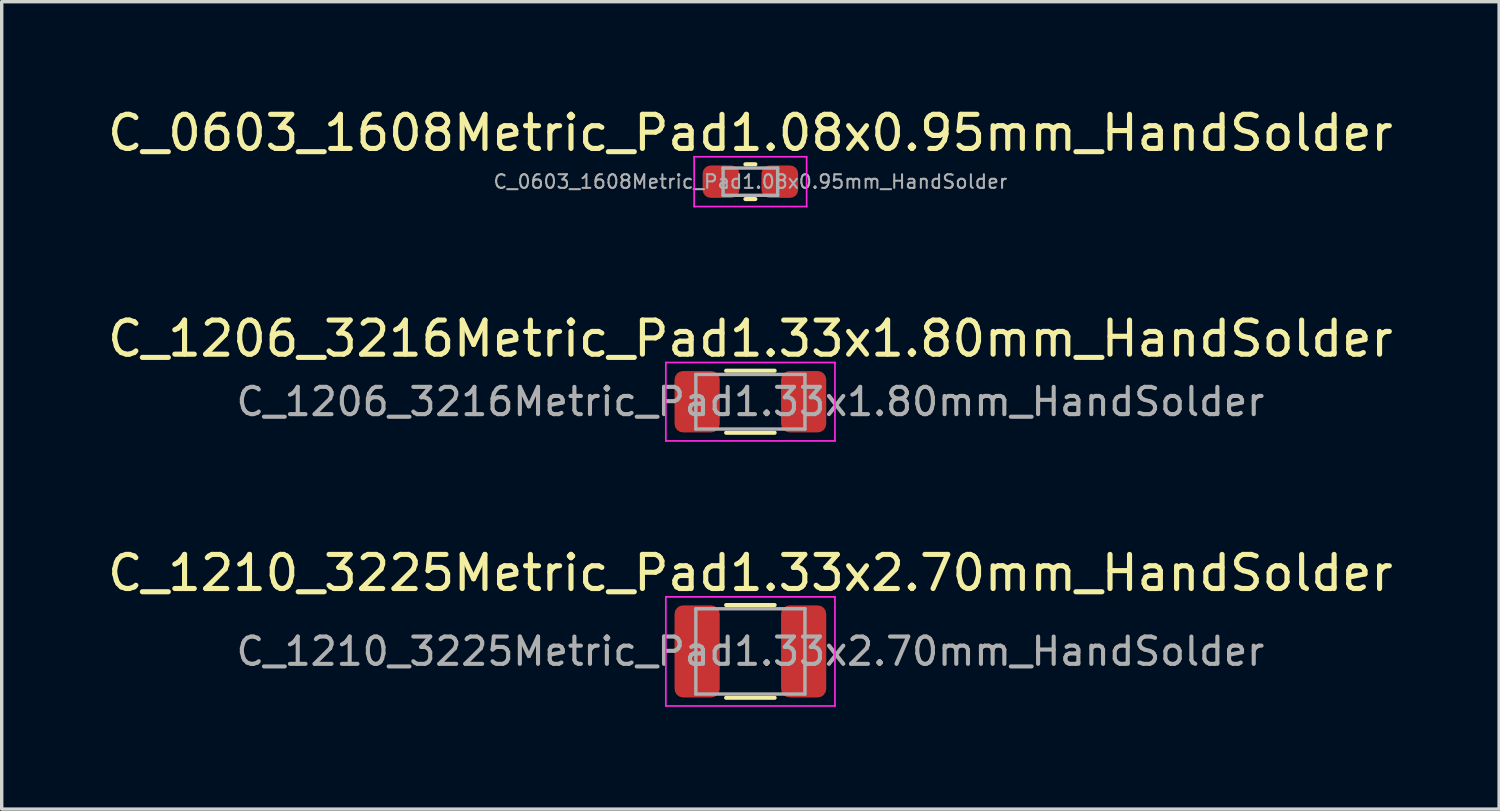
<source format=kicad_pcb>
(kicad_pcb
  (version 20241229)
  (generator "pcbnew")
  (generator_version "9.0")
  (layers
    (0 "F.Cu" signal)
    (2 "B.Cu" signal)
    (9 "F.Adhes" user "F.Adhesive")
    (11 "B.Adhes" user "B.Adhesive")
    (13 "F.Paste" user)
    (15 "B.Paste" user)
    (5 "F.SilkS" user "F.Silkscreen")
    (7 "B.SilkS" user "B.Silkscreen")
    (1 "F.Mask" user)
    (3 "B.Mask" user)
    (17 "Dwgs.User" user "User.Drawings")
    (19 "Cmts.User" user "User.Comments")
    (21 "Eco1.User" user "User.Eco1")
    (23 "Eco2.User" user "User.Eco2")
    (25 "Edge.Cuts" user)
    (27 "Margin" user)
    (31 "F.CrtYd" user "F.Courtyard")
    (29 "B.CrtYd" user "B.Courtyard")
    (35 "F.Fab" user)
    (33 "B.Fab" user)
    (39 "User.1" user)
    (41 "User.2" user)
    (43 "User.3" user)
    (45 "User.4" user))
  (footprint "C_0603_1608Metric_Pad1.08x0.95mm_HandSolder"
    (layer "F.Cu")
    (at 18.958 2.278)
    (property "Reference" "C_0603_1608Metric_Pad1.08x0.95mm_HandSolder" (at 0 -1.43 0) (layer "F.SilkS") (effects (font (size 1 1) (thickness 0.15))))
    (attr smd)
    (fp_line (start -0.146 -0.51) (end 0.146 -0.51) (stroke (width 0.12) (type solid)) (layer "F.SilkS"))
    (fp_line (start -0.146 0.51) (end 0.146 0.51) (stroke (width 0.12) (type solid)) (layer "F.SilkS"))
    (fp_line (start -1.65 -0.73) (end 1.65 -0.73) (stroke (width 0.05) (type solid)) (layer "F.CrtYd"))
    (fp_line (start -1.65 0.73) (end -1.65 -0.73) (stroke (width 0.05) (type solid)) (layer "F.CrtYd"))
    (fp_line (start 1.65 -0.73) (end 1.65 0.73) (stroke (width 0.05) (type solid)) (layer "F.CrtYd"))
    (fp_line (start 1.65 0.73) (end -1.65 0.73) (stroke (width 0.05) (type solid)) (layer "F.CrtYd"))
    (fp_line (start -0.8 -0.4) (end 0.8 -0.4) (stroke (width 0.1) (type solid)) (layer "F.Fab"))
    (fp_line (start -0.8 0.4) (end -0.8 -0.4) (stroke (width 0.1) (type solid)) (layer "F.Fab"))
    (fp_line (start 0.8 -0.4) (end 0.8 0.4) (stroke (width 0.1) (type solid)) (layer "F.Fab"))
    (fp_line (start 0.8 0.4) (end -0.8 0.4) (stroke (width 0.1) (type solid)) (layer "F.Fab"))
    (fp_text user "${REFERENCE}" (at 0 0 0) (layer "F.Fab") (effects (font (size 0.4 0.4) (thickness 0.06))))
    (pad "1" smd roundrect (at -0.863 0) (size 1.075 0.95) (layers "F.Cu" "F.Mask" "F.Paste") (roundrect_rratio 0.25))
    (pad "2" smd roundrect (at 0.863 0) (size 1.075 0.95) (layers "F.Cu" "F.Mask" "F.Paste") (roundrect_rratio 0.25)))
  (footprint "C_1206_3216Metric_Pad1.33x1.80mm_HandSolder"
    (layer "F.Cu")
    (at 18.958 8.732)
    (property "Reference" "C_1206_3216Metric_Pad1.33x1.80mm_HandSolder" (at 0 -1.85 0) (layer "F.SilkS") (effects (font (size 1 1) (thickness 0.15))))
    (attr smd)
    (fp_line (start -0.711 -0.91) (end 0.711 -0.91) (stroke (width 0.12) (type solid)) (layer "F.SilkS"))
    (fp_line (start -0.711 0.91) (end 0.711 0.91) (stroke (width 0.12) (type solid)) (layer "F.SilkS"))
    (fp_line (start -2.48 -1.15) (end 2.48 -1.15) (stroke (width 0.05) (type solid)) (layer "F.CrtYd"))
    (fp_line (start -2.48 1.15) (end -2.48 -1.15) (stroke (width 0.05) (type solid)) (layer "F.CrtYd"))
    (fp_line (start 2.48 -1.15) (end 2.48 1.15) (stroke (width 0.05) (type solid)) (layer "F.CrtYd"))
    (fp_line (start 2.48 1.15) (end -2.48 1.15) (stroke (width 0.05) (type solid)) (layer "F.CrtYd"))
    (fp_line (start -1.6 -0.8) (end 1.6 -0.8) (stroke (width 0.1) (type solid)) (layer "F.Fab"))
    (fp_line (start -1.6 0.8) (end -1.6 -0.8) (stroke (width 0.1) (type solid)) (layer "F.Fab"))
    (fp_line (start 1.6 -0.8) (end 1.6 0.8) (stroke (width 0.1) (type solid)) (layer "F.Fab"))
    (fp_line (start 1.6 0.8) (end -1.6 0.8) (stroke (width 0.1) (type solid)) (layer "F.Fab"))
    (fp_text user "${REFERENCE}" (at 0 0 0) (layer "F.Fab") (effects (font (size 0.8 0.8) (thickness 0.12))))
    (pad "1" smd roundrect (at -1.562 0) (size 1.325 1.8) (layers "F.Cu" "F.Mask" "F.Paste") (roundrect_rratio 0.189))
    (pad "2" smd roundrect (at 1.562 0) (size 1.325 1.8) (layers "F.Cu" "F.Mask" "F.Paste") (roundrect_rratio 0.189)))
  (footprint "C_1210_3225Metric_Pad1.33x2.70mm_HandSolder"
    (layer "F.Cu")
    (at 18.958 16.055)
    (property "Reference" "C_1210_3225Metric_Pad1.33x2.70mm_HandSolder" (at 0 -2.3 0) (layer "F.SilkS") (effects (font (size 1 1) (thickness 0.15))))
    (attr smd)
    (fp_line (start -0.711 -1.36) (end 0.711 -1.36) (stroke (width 0.12) (type solid)) (layer "F.SilkS"))
    (fp_line (start -0.711 1.36) (end 0.711 1.36) (stroke (width 0.12) (type solid)) (layer "F.SilkS"))
    (fp_line (start -2.48 -1.6) (end 2.48 -1.6) (stroke (width 0.05) (type solid)) (layer "F.CrtYd"))
    (fp_line (start -2.48 1.6) (end -2.48 -1.6) (stroke (width 0.05) (type solid)) (layer "F.CrtYd"))
    (fp_line (start 2.48 -1.6) (end 2.48 1.6) (stroke (width 0.05) (type solid)) (layer "F.CrtYd"))
    (fp_line (start 2.48 1.6) (end -2.48 1.6) (stroke (width 0.05) (type solid)) (layer "F.CrtYd"))
    (fp_line (start -1.6 -1.25) (end 1.6 -1.25) (stroke (width 0.1) (type solid)) (layer "F.Fab"))
    (fp_line (start -1.6 1.25) (end -1.6 -1.25) (stroke (width 0.1) (type solid)) (layer "F.Fab"))
    (fp_line (start 1.6 -1.25) (end 1.6 1.25) (stroke (width 0.1) (type solid)) (layer "F.Fab"))
    (fp_line (start 1.6 1.25) (end -1.6 1.25) (stroke (width 0.1) (type solid)) (layer "F.Fab"))
    (fp_text user "${REFERENCE}" (at 0 0 0) (layer "F.Fab") (effects (font (size 0.8 0.8) (thickness 0.12))))
    (pad "1" smd roundrect (at -1.562 0) (size 1.325 2.7) (layers "F.Cu" "F.Mask" "F.Paste") (roundrect_rratio 0.189))
    (pad "2" smd roundrect (at 1.562 0) (size 1.325 2.7) (layers "F.Cu" "F.Mask" "F.Paste") (roundrect_rratio 0.189)))
  (gr_rect
    (start -3 -3)
    (end 40.917 20.68)
    (stroke (width 0.1) (type default))
    (fill no)
    (layer "Edge.Cuts")))
</source>
